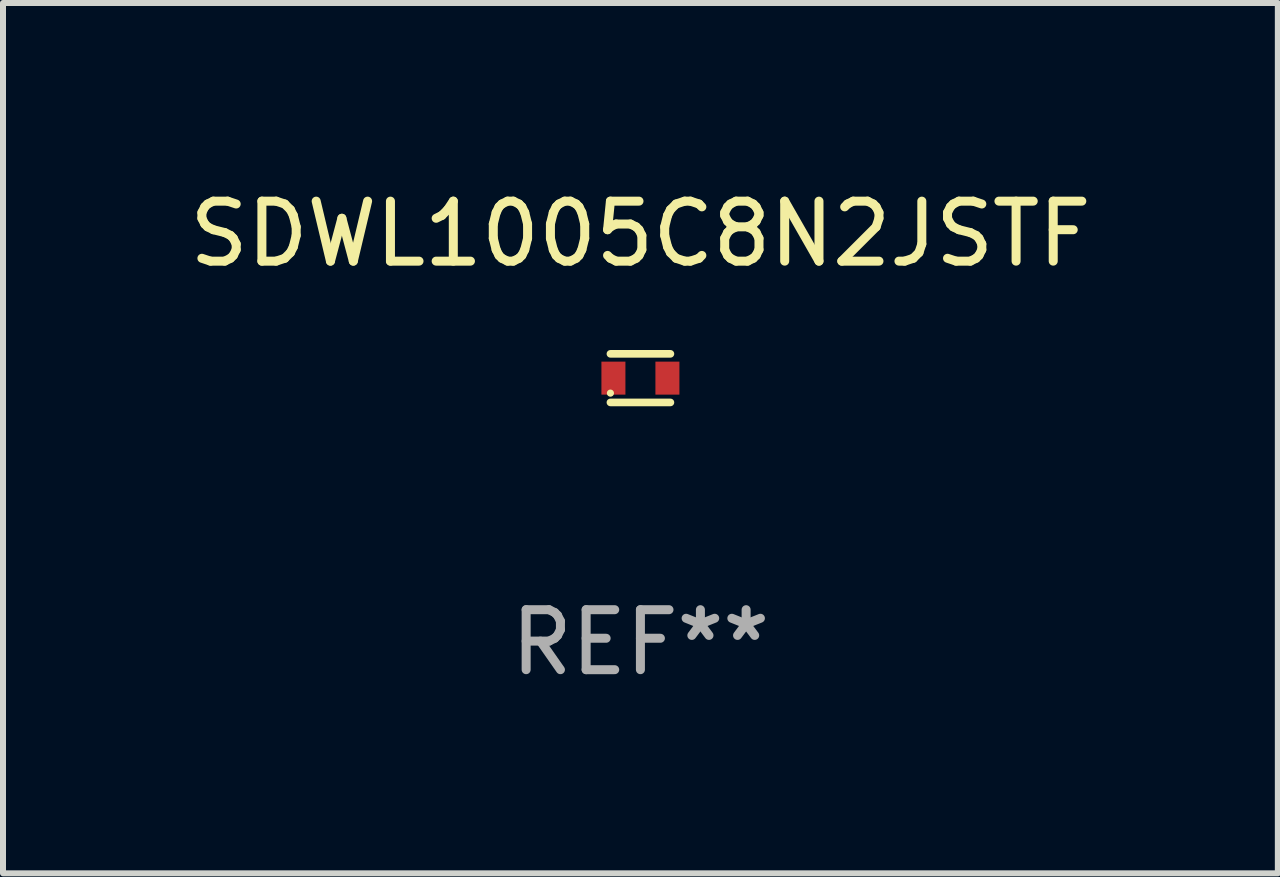
<source format=kicad_pcb>
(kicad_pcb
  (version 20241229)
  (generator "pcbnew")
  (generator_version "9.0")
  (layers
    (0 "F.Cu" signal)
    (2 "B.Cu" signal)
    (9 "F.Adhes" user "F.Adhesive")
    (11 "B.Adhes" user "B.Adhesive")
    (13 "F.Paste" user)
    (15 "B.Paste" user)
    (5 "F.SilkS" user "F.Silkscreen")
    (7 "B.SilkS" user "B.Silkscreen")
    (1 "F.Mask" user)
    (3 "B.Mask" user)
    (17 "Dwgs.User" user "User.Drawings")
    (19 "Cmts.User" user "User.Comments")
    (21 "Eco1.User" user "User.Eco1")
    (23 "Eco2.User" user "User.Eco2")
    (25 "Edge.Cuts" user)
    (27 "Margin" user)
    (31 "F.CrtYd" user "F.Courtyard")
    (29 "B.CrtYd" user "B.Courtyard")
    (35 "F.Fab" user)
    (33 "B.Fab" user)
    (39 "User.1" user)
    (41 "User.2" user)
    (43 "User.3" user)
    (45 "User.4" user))
  (footprint "SDWL1005C8N2JSTF"
    (layer "F.Cu")
    (at 7.625 3.253)
    (property "Reference" "SDWL1005C8N2JSTF" (at 0 -2.405 0) (layer "F.SilkS") (effects (font (size 1 1) (thickness 0.15))))
    (attr through_hole)
    (fp_line (start -0.5 -0.405) (end 0.5 -0.405) (stroke (width 0.127) (type solid)) (layer "F.SilkS"))
    (fp_line (start -0.5 0.405) (end 0.5 0.405) (stroke (width 0.127) (type solid)) (layer "F.SilkS"))
    (fp_circle (center -0.5 0.25) (end -0.47 0.25) (stroke (width 0.06) (type solid)) (fill no) (layer "F.SilkS"))
    (fp_text user "REF**" (at 0 4.405 0) (layer "F.Fab") (effects (font (size 1 1) (thickness 0.15))))
    (pad "1" smd rect (at -0.45 0 90) (size 0.55 0.4) (layers "F.Cu" "F.Mask" "F.Paste"))
    (pad "2" smd rect (at 0.45 0 90) (size 0.55 0.4) (layers "F.Cu" "F.Mask" "F.Paste")))
  (gr_rect
    (start -3 -3)
    (end 18.25 11.507)
    (stroke (width 0.1) (type default))
    (fill no)
    (layer "Edge.Cuts")))
</source>
